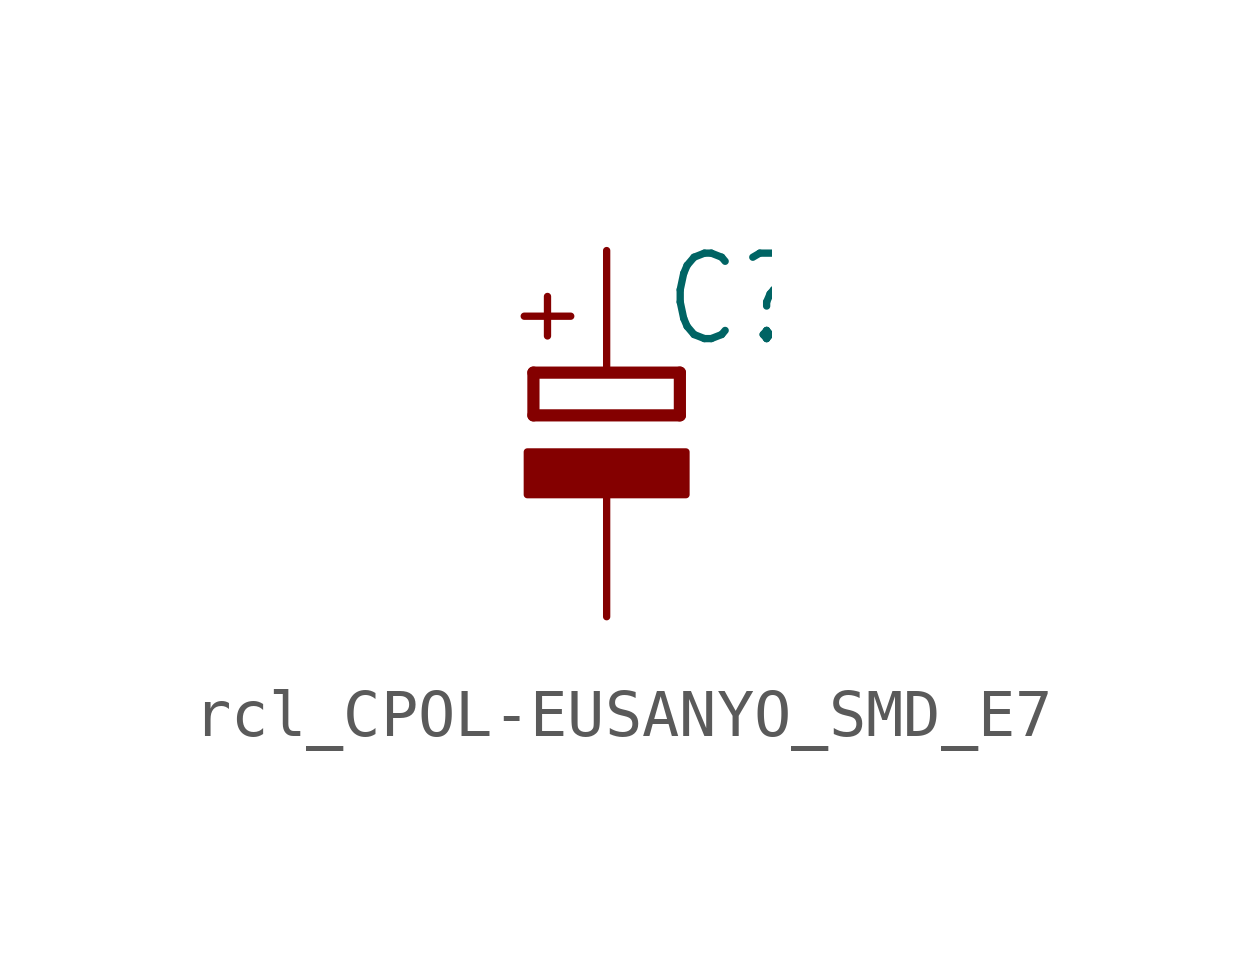
<source format=kicad_sym>
(kicad_symbol_lib
  (version 20241209)
  (generator "kicad_symbol_editor")
  (generator_version "9.0")
  (symbol "rcl_CPOL-EUSANYO_SMD_E7"
    (property "Reference" "C"
      (at 1.143 0.483 0)
      (effects (font (size 1.778 1.511)) (justify left bottom)))
    (property "Value" ""
      (at 1.143 -4.597 0)
      (effects (font (size 1.778 1.511)) (justify left bottom)))
    (property "ki_locked" ""
      (at 0 0 0)
      (effects (font (size 1.27 1.27))))
    (symbol "rcl_CPOL-EUSANYO_SMD_E7_1_0"
      (rectangle (start -1.651 -2.54) (end 1.651 -1.651) (stroke (width 0) (type default)) (fill (type outline)))
      (polyline (pts (xy -1.524 0) (xy -1.524 -0.889)) (stroke (width 0.254) (type solid)) (fill (type none)))
      (polyline (pts (xy -1.524 0) (xy 1.524 0)) (stroke (width 0.254) (type solid)) (fill (type none)))
      (polyline (pts (xy -1.524 -0.889) (xy 1.524 -0.889)) (stroke (width 0.254) (type solid)) (fill (type none)))
      (polyline (pts (xy 1.524 -0.889) (xy 1.524 0)) (stroke (width 0.254) (type solid)) (fill (type none)))
      (text "+" (at -0.584 0.406 900) (effects (font (size 1.27 1.079)) (justify left bottom)))
      (pin passive line (at 0 2.54 270) (length 2.54) (name "+" (effects (font (size 0 0)))) (number "+" (effects (font (size 0 0)))))
      (pin passive line (at 0 -5.08 90) (length 2.54) (name "-" (effects (font (size 0 0)))) (number "-" (effects (font (size 0 0))))))))
</source>
